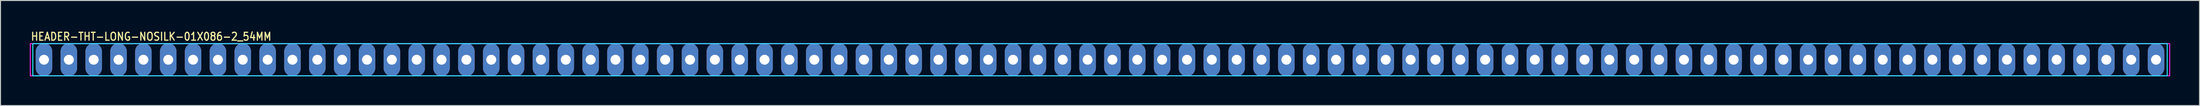
<source format=kicad_pcb>
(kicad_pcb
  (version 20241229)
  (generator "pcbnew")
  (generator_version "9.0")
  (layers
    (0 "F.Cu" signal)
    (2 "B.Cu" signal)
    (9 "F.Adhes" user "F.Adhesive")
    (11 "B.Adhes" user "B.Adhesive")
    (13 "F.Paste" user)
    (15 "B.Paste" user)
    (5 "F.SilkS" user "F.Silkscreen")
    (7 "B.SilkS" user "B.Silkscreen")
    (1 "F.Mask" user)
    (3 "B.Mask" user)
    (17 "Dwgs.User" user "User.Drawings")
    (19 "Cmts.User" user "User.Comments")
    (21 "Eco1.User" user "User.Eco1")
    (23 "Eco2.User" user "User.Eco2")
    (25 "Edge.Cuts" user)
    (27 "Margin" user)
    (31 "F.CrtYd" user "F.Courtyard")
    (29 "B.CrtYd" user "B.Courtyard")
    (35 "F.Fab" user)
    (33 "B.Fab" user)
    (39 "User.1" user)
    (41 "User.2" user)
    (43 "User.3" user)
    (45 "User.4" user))
  (footprint "HEADER-THT-LONG-NOSILK-01X086-2_54MM"
    (layer "F.Cu")
    (at 1.447 3.079)
    (property "Reference" "HEADER-THT-LONG-NOSILK-01X086-2_54MM" (at -1.4 -1.9 0) (unlocked yes) (layer "F.SilkS") (effects (font (size 0.813 0.695) (thickness 0.122)) (justify left bottom)))
    (fp_poly (pts (xy -1.143 -1.651) (xy 217.043 -1.651) (xy 217.043 1.651) (xy -1.143 1.651)) (stroke (width 0.1) (type solid)) (fill no) (layer "B.CrtYd"))
    (fp_poly (pts (xy -1.397 -1.651) (xy 217.297 -1.651) (xy 217.297 1.651) (xy -1.397 1.651)) (stroke (width 0.1) (type solid)) (fill no) (layer "F.CrtYd"))
    (pad "P$1" thru_hole oval (at 0 0 90) (size 3.387 1.693) (drill 1.016) (layers "*.Cu" "*.Mask"))
    (pad "P$2" thru_hole oval (at 2.54 0 90) (size 3.387 1.693) (drill 1.016) (layers "*.Cu" "*.Mask"))
    (pad "P$3" thru_hole oval (at 5.08 0 90) (size 3.387 1.693) (drill 1.016) (layers "*.Cu" "*.Mask"))
    (pad "P$4" thru_hole oval (at 7.62 0 90) (size 3.387 1.693) (drill 1.016) (layers "*.Cu" "*.Mask"))
    (pad "P$5" thru_hole oval (at 10.16 0 90) (size 3.387 1.693) (drill 1.016) (layers "*.Cu" "*.Mask"))
    (pad "P$6" thru_hole oval (at 12.7 0 90) (size 3.387 1.693) (drill 1.016) (layers "*.Cu" "*.Mask"))
    (pad "P$7" thru_hole oval (at 15.24 0 90) (size 3.387 1.693) (drill 1.016) (layers "*.Cu" "*.Mask"))
    (pad "P$8" thru_hole oval (at 17.78 0 90) (size 3.387 1.693) (drill 1.016) (layers "*.Cu" "*.Mask"))
    (pad "P$9" thru_hole oval (at 20.32 0 90) (size 3.387 1.693) (drill 1.016) (layers "*.Cu" "*.Mask"))
    (pad "P$10" thru_hole oval (at 22.86 0 90) (size 3.387 1.693) (drill 1.016) (layers "*.Cu" "*.Mask"))
    (pad "P$11" thru_hole oval (at 25.4 0 90) (size 3.387 1.693) (drill 1.016) (layers "*.Cu" "*.Mask"))
    (pad "P$12" thru_hole oval (at 27.94 0 90) (size 3.387 1.693) (drill 1.016) (layers "*.Cu" "*.Mask"))
    (pad "P$13" thru_hole oval (at 30.48 0 90) (size 3.387 1.693) (drill 1.016) (layers "*.Cu" "*.Mask"))
    (pad "P$14" thru_hole oval (at 33.02 0 90) (size 3.387 1.693) (drill 1.016) (layers "*.Cu" "*.Mask"))
    (pad "P$15" thru_hole oval (at 35.56 0 90) (size 3.387 1.693) (drill 1.016) (layers "*.Cu" "*.Mask"))
    (pad "P$16" thru_hole oval (at 38.1 0 90) (size 3.387 1.693) (drill 1.016) (layers "*.Cu" "*.Mask"))
    (pad "P$17" thru_hole oval (at 40.64 0 90) (size 3.387 1.693) (drill 1.016) (layers "*.Cu" "*.Mask"))
    (pad "P$18" thru_hole oval (at 43.18 0 90) (size 3.387 1.693) (drill 1.016) (layers "*.Cu" "*.Mask"))
    (pad "P$19" thru_hole oval (at 45.72 0 90) (size 3.387 1.693) (drill 1.016) (layers "*.Cu" "*.Mask"))
    (pad "P$20" thru_hole oval (at 48.26 0 90) (size 3.387 1.693) (drill 1.016) (layers "*.Cu" "*.Mask"))
    (pad "P$21" thru_hole oval (at 50.8 0 90) (size 3.387 1.693) (drill 1.016) (layers "*.Cu" "*.Mask"))
    (pad "P$22" thru_hole oval (at 53.34 0 90) (size 3.387 1.693) (drill 1.016) (layers "*.Cu" "*.Mask"))
    (pad "P$23" thru_hole oval (at 55.88 0 90) (size 3.387 1.693) (drill 1.016) (layers "*.Cu" "*.Mask"))
    (pad "P$24" thru_hole oval (at 58.42 0 90) (size 3.387 1.693) (drill 1.016) (layers "*.Cu" "*.Mask"))
    (pad "P$25" thru_hole oval (at 60.96 0 90) (size 3.387 1.693) (drill 1.016) (layers "*.Cu" "*.Mask"))
    (pad "P$26" thru_hole oval (at 63.5 0 90) (size 3.387 1.693) (drill 1.016) (layers "*.Cu" "*.Mask"))
    (pad "P$27" thru_hole oval (at 66.04 0 90) (size 3.387 1.693) (drill 1.016) (layers "*.Cu" "*.Mask"))
    (pad "P$28" thru_hole oval (at 68.58 0 90) (size 3.387 1.693) (drill 1.016) (layers "*.Cu" "*.Mask"))
    (pad "P$29" thru_hole oval (at 71.12 0 90) (size 3.387 1.693) (drill 1.016) (layers "*.Cu" "*.Mask"))
    (pad "P$30" thru_hole oval (at 73.66 0 90) (size 3.387 1.693) (drill 1.016) (layers "*.Cu" "*.Mask"))
    (pad "P$31" thru_hole oval (at 76.2 0 90) (size 3.387 1.693) (drill 1.016) (layers "*.Cu" "*.Mask"))
    (pad "P$32" thru_hole oval (at 78.74 0 90) (size 3.387 1.693) (drill 1.016) (layers "*.Cu" "*.Mask"))
    (pad "P$33" thru_hole oval (at 81.28 0 90) (size 3.387 1.693) (drill 1.016) (layers "*.Cu" "*.Mask"))
    (pad "P$34" thru_hole oval (at 83.82 0 90) (size 3.387 1.693) (drill 1.016) (layers "*.Cu" "*.Mask"))
    (pad "P$35" thru_hole oval (at 86.36 0 90) (size 3.387 1.693) (drill 1.016) (layers "*.Cu" "*.Mask"))
    (pad "P$36" thru_hole oval (at 88.9 0 90) (size 3.387 1.693) (drill 1.016) (layers "*.Cu" "*.Mask"))
    (pad "P$37" thru_hole oval (at 91.44 0 90) (size 3.387 1.693) (drill 1.016) (layers "*.Cu" "*.Mask"))
    (pad "P$38" thru_hole oval (at 93.98 0 90) (size 3.387 1.693) (drill 1.016) (layers "*.Cu" "*.Mask"))
    (pad "P$39" thru_hole oval (at 96.52 0 90) (size 3.387 1.693) (drill 1.016) (layers "*.Cu" "*.Mask"))
    (pad "P$40" thru_hole oval (at 99.06 0 90) (size 3.387 1.693) (drill 1.016) (layers "*.Cu" "*.Mask"))
    (pad "P$41" thru_hole oval (at 101.6 0 90) (size 3.387 1.693) (drill 1.016) (layers "*.Cu" "*.Mask"))
    (pad "P$42" thru_hole oval (at 104.14 0 90) (size 3.387 1.693) (drill 1.016) (layers "*.Cu" "*.Mask"))
    (pad "P$43" thru_hole oval (at 106.68 0 90) (size 3.387 1.693) (drill 1.016) (layers "*.Cu" "*.Mask"))
    (pad "P$44" thru_hole oval (at 109.22 0 90) (size 3.387 1.693) (drill 1.016) (layers "*.Cu" "*.Mask"))
    (pad "P$45" thru_hole oval (at 111.76 0 90) (size 3.387 1.693) (drill 1.016) (layers "*.Cu" "*.Mask"))
    (pad "P$46" thru_hole oval (at 114.3 0 90) (size 3.387 1.693) (drill 1.016) (layers "*.Cu" "*.Mask"))
    (pad "P$47" thru_hole oval (at 116.84 0 90) (size 3.387 1.693) (drill 1.016) (layers "*.Cu" "*.Mask"))
    (pad "P$48" thru_hole oval (at 119.38 0 90) (size 3.387 1.693) (drill 1.016) (layers "*.Cu" "*.Mask"))
    (pad "P$49" thru_hole oval (at 121.92 0 90) (size 3.387 1.693) (drill 1.016) (layers "*.Cu" "*.Mask"))
    (pad "P$50" thru_hole oval (at 124.46 0 90) (size 3.387 1.693) (drill 1.016) (layers "*.Cu" "*.Mask"))
    (pad "P$51" thru_hole oval (at 127 0 90) (size 3.387 1.693) (drill 1.016) (layers "*.Cu" "*.Mask"))
    (pad "P$52" thru_hole oval (at 129.54 0 90) (size 3.387 1.693) (drill 1.016) (layers "*.Cu" "*.Mask"))
    (pad "P$53" thru_hole oval (at 132.08 0 90) (size 3.387 1.693) (drill 1.016) (layers "*.Cu" "*.Mask"))
    (pad "P$54" thru_hole oval (at 134.62 0 90) (size 3.387 1.693) (drill 1.016) (layers "*.Cu" "*.Mask"))
    (pad "P$55" thru_hole oval (at 137.16 0 90) (size 3.387 1.693) (drill 1.016) (layers "*.Cu" "*.Mask"))
    (pad "P$56" thru_hole oval (at 139.7 0 90) (size 3.387 1.693) (drill 1.016) (layers "*.Cu" "*.Mask"))
    (pad "P$57" thru_hole oval (at 142.24 0 90) (size 3.387 1.693) (drill 1.016) (layers "*.Cu" "*.Mask"))
    (pad "P$58" thru_hole oval (at 144.78 0 90) (size 3.387 1.693) (drill 1.016) (layers "*.Cu" "*.Mask"))
    (pad "P$59" thru_hole oval (at 147.32 0 90) (size 3.387 1.693) (drill 1.016) (layers "*.Cu" "*.Mask"))
    (pad "P$60" thru_hole oval (at 149.86 0 90) (size 3.387 1.693) (drill 1.016) (layers "*.Cu" "*.Mask"))
    (pad "P$61" thru_hole oval (at 152.4 0 90) (size 3.387 1.693) (drill 1.016) (layers "*.Cu" "*.Mask"))
    (pad "P$62" thru_hole oval (at 154.94 0 90) (size 3.387 1.693) (drill 1.016) (layers "*.Cu" "*.Mask"))
    (pad "P$63" thru_hole oval (at 157.48 0 90) (size 3.387 1.693) (drill 1.016) (layers "*.Cu" "*.Mask"))
    (pad "P$64" thru_hole oval (at 160.02 0 90) (size 3.387 1.693) (drill 1.016) (layers "*.Cu" "*.Mask"))
    (pad "P$65" thru_hole oval (at 162.56 0 90) (size 3.387 1.693) (drill 1.016) (layers "*.Cu" "*.Mask"))
    (pad "P$66" thru_hole oval (at 165.1 0 90) (size 3.387 1.693) (drill 1.016) (layers "*.Cu" "*.Mask"))
    (pad "P$67" thru_hole oval (at 167.64 0 90) (size 3.387 1.693) (drill 1.016) (layers "*.Cu" "*.Mask"))
    (pad "P$68" thru_hole oval (at 170.18 0 90) (size 3.387 1.693) (drill 1.016) (layers "*.Cu" "*.Mask"))
    (pad "P$69" thru_hole oval (at 172.72 0 90) (size 3.387 1.693) (drill 1.016) (layers "*.Cu" "*.Mask"))
    (pad "P$70" thru_hole oval (at 175.26 0 90) (size 3.387 1.693) (drill 1.016) (layers "*.Cu" "*.Mask"))
    (pad "P$71" thru_hole oval (at 177.8 0 90) (size 3.387 1.693) (drill 1.016) (layers "*.Cu" "*.Mask"))
    (pad "P$72" thru_hole oval (at 180.34 0 90) (size 3.387 1.693) (drill 1.016) (layers "*.Cu" "*.Mask"))
    (pad "P$73" thru_hole oval (at 182.88 0 90) (size 3.387 1.693) (drill 1.016) (layers "*.Cu" "*.Mask"))
    (pad "P$74" thru_hole oval (at 185.42 0 90) (size 3.387 1.693) (drill 1.016) (layers "*.Cu" "*.Mask"))
    (pad "P$75" thru_hole oval (at 187.96 0 90) (size 3.387 1.693) (drill 1.016) (layers "*.Cu" "*.Mask"))
    (pad "P$76" thru_hole oval (at 190.5 0 90) (size 3.387 1.693) (drill 1.016) (layers "*.Cu" "*.Mask"))
    (pad "P$77" thru_hole oval (at 193.04 0 90) (size 3.387 1.693) (drill 1.016) (layers "*.Cu" "*.Mask"))
    (pad "P$78" thru_hole oval (at 195.58 0 90) (size 3.387 1.693) (drill 1.016) (layers "*.Cu" "*.Mask"))
    (pad "P$79" thru_hole oval (at 198.12 0 90) (size 3.387 1.693) (drill 1.016) (layers "*.Cu" "*.Mask"))
    (pad "P$80" thru_hole oval (at 200.66 0 90) (size 3.387 1.693) (drill 1.016) (layers "*.Cu" "*.Mask"))
    (pad "P$81" thru_hole oval (at 203.2 0 90) (size 3.387 1.693) (drill 1.016) (layers "*.Cu" "*.Mask"))
    (pad "P$82" thru_hole oval (at 205.74 0 90) (size 3.387 1.693) (drill 1.016) (layers "*.Cu" "*.Mask"))
    (pad "P$83" thru_hole oval (at 208.28 0 90) (size 3.387 1.693) (drill 1.016) (layers "*.Cu" "*.Mask"))
    (pad "P$84" thru_hole oval (at 210.82 0 90) (size 3.387 1.693) (drill 1.016) (layers "*.Cu" "*.Mask"))
    (pad "P$85" thru_hole oval (at 213.36 0 90) (size 3.387 1.693) (drill 1.016) (layers "*.Cu" "*.Mask"))
    (pad "P$86" thru_hole oval (at 215.9 0 90) (size 3.387 1.693) (drill 1.016) (layers "*.Cu" "*.Mask")))
  (gr_rect
    (start -3 -3)
    (end 221.794 7.78)
    (stroke (width 0.1) (type default))
    (fill no)
    (layer "Edge.Cuts")))
</source>
